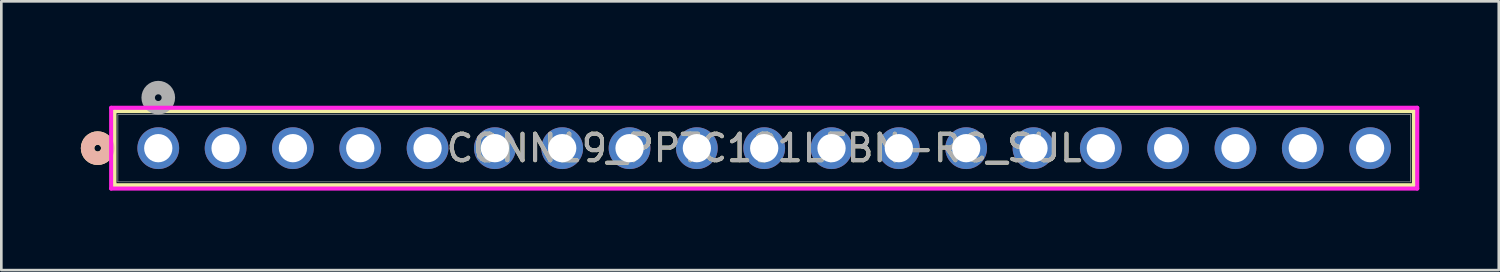
<source format=kicad_pcb>
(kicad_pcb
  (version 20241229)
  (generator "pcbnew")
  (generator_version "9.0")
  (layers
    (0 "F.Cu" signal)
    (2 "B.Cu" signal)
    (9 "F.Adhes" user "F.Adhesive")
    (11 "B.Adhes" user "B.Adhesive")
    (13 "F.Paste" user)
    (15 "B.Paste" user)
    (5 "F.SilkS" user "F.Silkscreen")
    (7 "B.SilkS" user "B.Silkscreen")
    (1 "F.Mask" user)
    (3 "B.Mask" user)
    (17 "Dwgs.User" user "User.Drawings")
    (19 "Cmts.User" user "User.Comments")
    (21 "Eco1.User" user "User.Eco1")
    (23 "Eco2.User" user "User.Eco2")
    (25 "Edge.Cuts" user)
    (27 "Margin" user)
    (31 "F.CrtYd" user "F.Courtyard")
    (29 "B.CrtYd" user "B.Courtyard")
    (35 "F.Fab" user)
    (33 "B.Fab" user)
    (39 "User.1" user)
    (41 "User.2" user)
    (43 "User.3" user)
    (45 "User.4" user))
  (footprint "CONN19_PPTC191LFBN-RC_SUL"
    (layer "F.Cu")
    (at 2.921 2.54)
    (property "Reference" "CONN19_PPTC191LFBN-RC_SUL" (at 22.86 0 0) (unlocked yes) (layer "F.SilkS") (effects (font (size 1 1) (thickness 0.15))))
    (attr through_hole)
    (fp_line (start -1.651 -1.397) (end -1.651 1.397) (stroke (width 0.152) (type solid)) (layer "F.SilkS"))
    (fp_line (start -1.651 1.397) (end 47.371 1.397) (stroke (width 0.152) (type solid)) (layer "F.SilkS"))
    (fp_line (start 47.371 -1.397) (end -1.651 -1.397) (stroke (width 0.152) (type solid)) (layer "F.SilkS"))
    (fp_line (start 47.371 1.397) (end 47.371 -1.397) (stroke (width 0.152) (type solid)) (layer "F.SilkS"))
    (fp_circle (center -2.286 0) (end -1.905 0) (stroke (width 0.508) (type solid)) (fill no) (layer "F.SilkS"))
    (fp_circle (center -2.286 0) (end -1.905 0) (stroke (width 0.508) (type solid)) (fill no) (layer "B.SilkS"))
    (fp_line (start -1.778 -1.524) (end -1.778 1.524) (stroke (width 0.152) (type solid)) (layer "F.CrtYd"))
    (fp_line (start -1.778 1.524) (end 47.498 1.524) (stroke (width 0.152) (type solid)) (layer "F.CrtYd"))
    (fp_line (start 47.498 -1.524) (end -1.778 -1.524) (stroke (width 0.152) (type solid)) (layer "F.CrtYd"))
    (fp_line (start 47.498 1.524) (end 47.498 -1.524) (stroke (width 0.152) (type solid)) (layer "F.CrtYd"))
    (fp_line (start -1.524 -1.27) (end -1.524 1.27) (stroke (width 0.025) (type solid)) (layer "F.Fab"))
    (fp_line (start -1.524 1.27) (end 47.244 1.27) (stroke (width 0.025) (type solid)) (layer "F.Fab"))
    (fp_line (start 47.244 -1.27) (end -1.524 -1.27) (stroke (width 0.025) (type solid)) (layer "F.Fab"))
    (fp_line (start 47.244 1.27) (end 47.244 -1.27) (stroke (width 0.025) (type solid)) (layer "F.Fab"))
    (fp_circle (center 0 -1.905) (end 0.381 -1.905) (stroke (width 0.508) (type solid)) (fill no) (layer "F.Fab"))
    (fp_text user "${REFERENCE}" (at 22.86 0 0) (unlocked yes) (layer "F.Fab") (effects (font (size 1 1) (thickness 0.15))))
    (pad "1" thru_hole circle (at 0 0) (size 1.575 1.575) (drill 1.067) (layers "*.Cu" "*.Mask"))
    (pad "2" thru_hole circle (at 2.54 0) (size 1.575 1.575) (drill 1.067) (layers "*.Cu" "*.Mask"))
    (pad "3" thru_hole circle (at 5.08 0) (size 1.575 1.575) (drill 1.067) (layers "*.Cu" "*.Mask"))
    (pad "4" thru_hole circle (at 7.62 0) (size 1.575 1.575) (drill 1.067) (layers "*.Cu" "*.Mask"))
    (pad "5" thru_hole circle (at 10.16 0) (size 1.575 1.575) (drill 1.067) (layers "*.Cu" "*.Mask"))
    (pad "6" thru_hole circle (at 12.7 0) (size 1.575 1.575) (drill 1.067) (layers "*.Cu" "*.Mask"))
    (pad "7" thru_hole circle (at 15.24 0) (size 1.575 1.575) (drill 1.067) (layers "*.Cu" "*.Mask"))
    (pad "8" thru_hole circle (at 17.78 0) (size 1.575 1.575) (drill 1.067) (layers "*.Cu" "*.Mask"))
    (pad "9" thru_hole circle (at 20.32 0) (size 1.575 1.575) (drill 1.067) (layers "*.Cu" "*.Mask"))
    (pad "10" thru_hole circle (at 22.86 0) (size 1.575 1.575) (drill 1.067) (layers "*.Cu" "*.Mask"))
    (pad "11" thru_hole circle (at 25.4 0) (size 1.575 1.575) (drill 1.067) (layers "*.Cu" "*.Mask"))
    (pad "12" thru_hole circle (at 27.94 0) (size 1.575 1.575) (drill 1.067) (layers "*.Cu" "*.Mask"))
    (pad "13" thru_hole circle (at 30.48 0) (size 1.575 1.575) (drill 1.067) (layers "*.Cu" "*.Mask"))
    (pad "14" thru_hole circle (at 33.02 0) (size 1.575 1.575) (drill 1.067) (layers "*.Cu" "*.Mask"))
    (pad "15" thru_hole circle (at 35.56 0) (size 1.575 1.575) (drill 1.067) (layers "*.Cu" "*.Mask"))
    (pad "16" thru_hole circle (at 38.1 0) (size 1.575 1.575) (drill 1.067) (layers "*.Cu" "*.Mask"))
    (pad "17" thru_hole circle (at 40.64 0) (size 1.575 1.575) (drill 1.067) (layers "*.Cu" "*.Mask"))
    (pad "18" thru_hole circle (at 43.18 0) (size 1.575 1.575) (drill 1.067) (layers "*.Cu" "*.Mask"))
    (pad "19" thru_hole circle (at 45.72 0) (size 1.575 1.575) (drill 1.067) (layers "*.Cu" "*.Mask")))
  (gr_rect
    (start -3 -3)
    (end 53.495 7.14)
    (stroke (width 0.1) (type default))
    (fill no)
    (layer "Edge.Cuts")))
</source>
